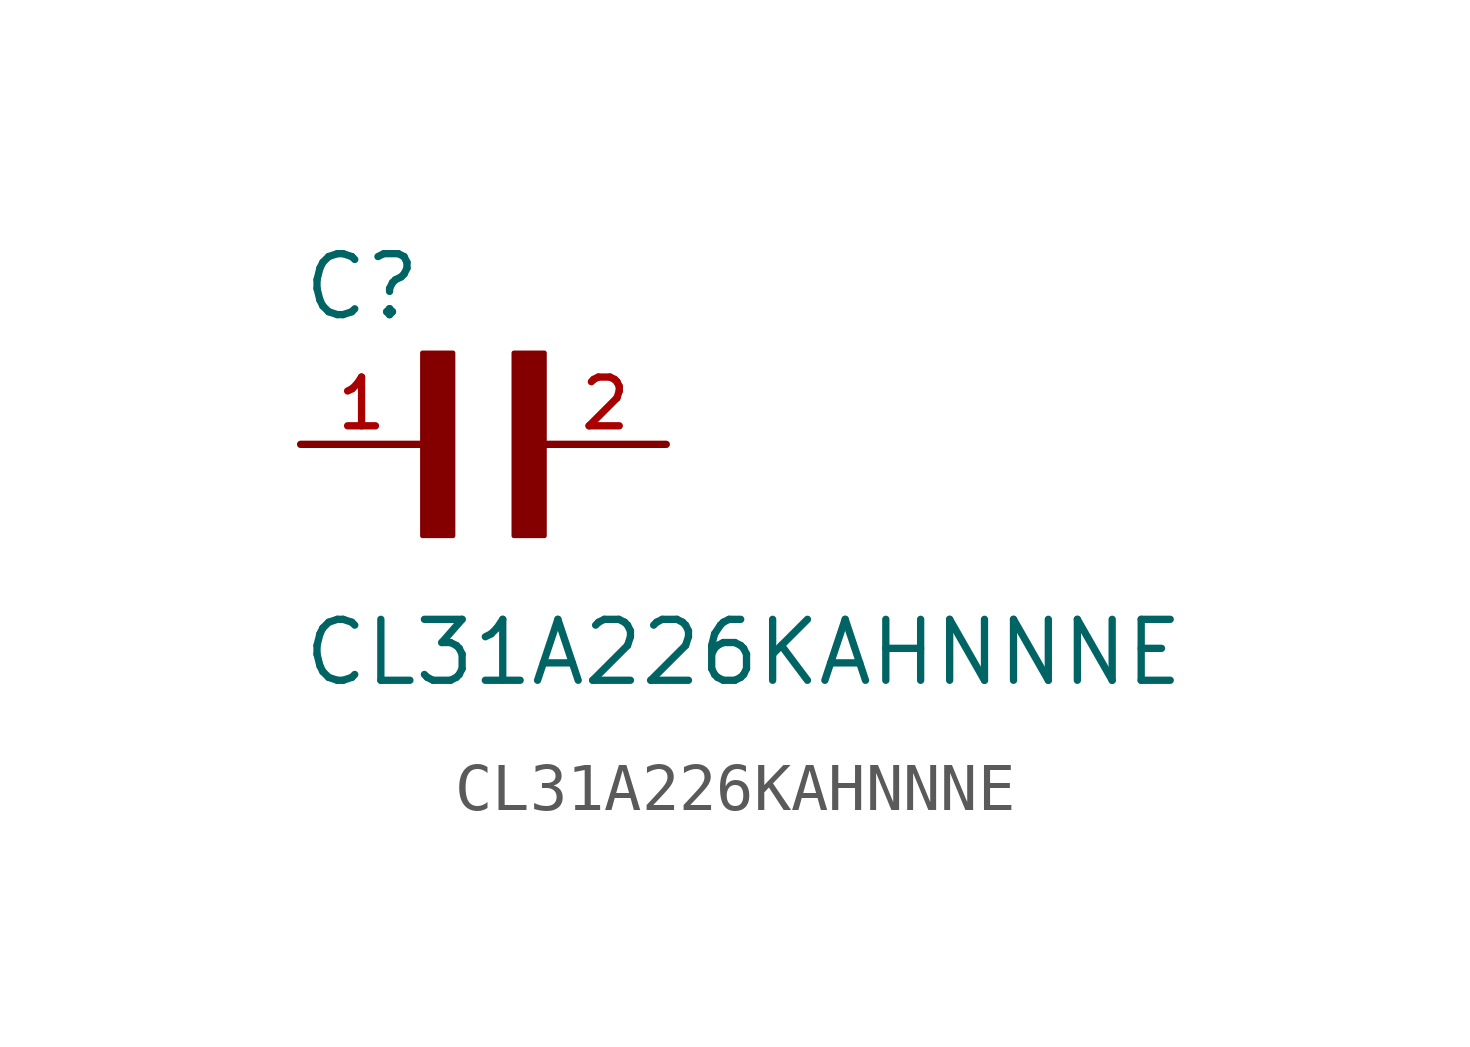
<source format=kicad_sym>
(kicad_symbol_lib
  (version 20211014)
  (generator kicad_symbol_editor)
  (symbol "CL31A226KAHNNNE"
    (pin_names
      (offset 1.016))
    (property "Reference" "C"
      (at -2.54 2.54 0)
      (effects (font (size 1.27 1.27)) (justify bottom left)))
    (property "Value" "CL31A226KAHNNNE"
      (at -2.54 -5.08 0)
      (effects (font (size 1.27 1.27)) (justify bottom left)))
    (symbol "CL31A226KAHNNNE_0_0"
      (rectangle (start 1.905 -1.905) (end 2.54 1.905) (stroke (width 0.1)) (fill (type outline)))
      (rectangle (start 0.0 -1.905) (end 0.635 1.905) (stroke (width 0.1)) (fill (type outline)))
      (pin passive line (at -2.54 0.0 0) (length 2.54) (name "~" (effects (font (size 1.016 1.016)))) (number "1" (effects (font (size 1.016 1.016)))))
      (pin passive line (at 5.08 0.0 180.0) (length 2.54) (name "~" (effects (font (size 1.016 1.016)))) (number "2" (effects (font (size 1.016 1.016))))))))
</source>
